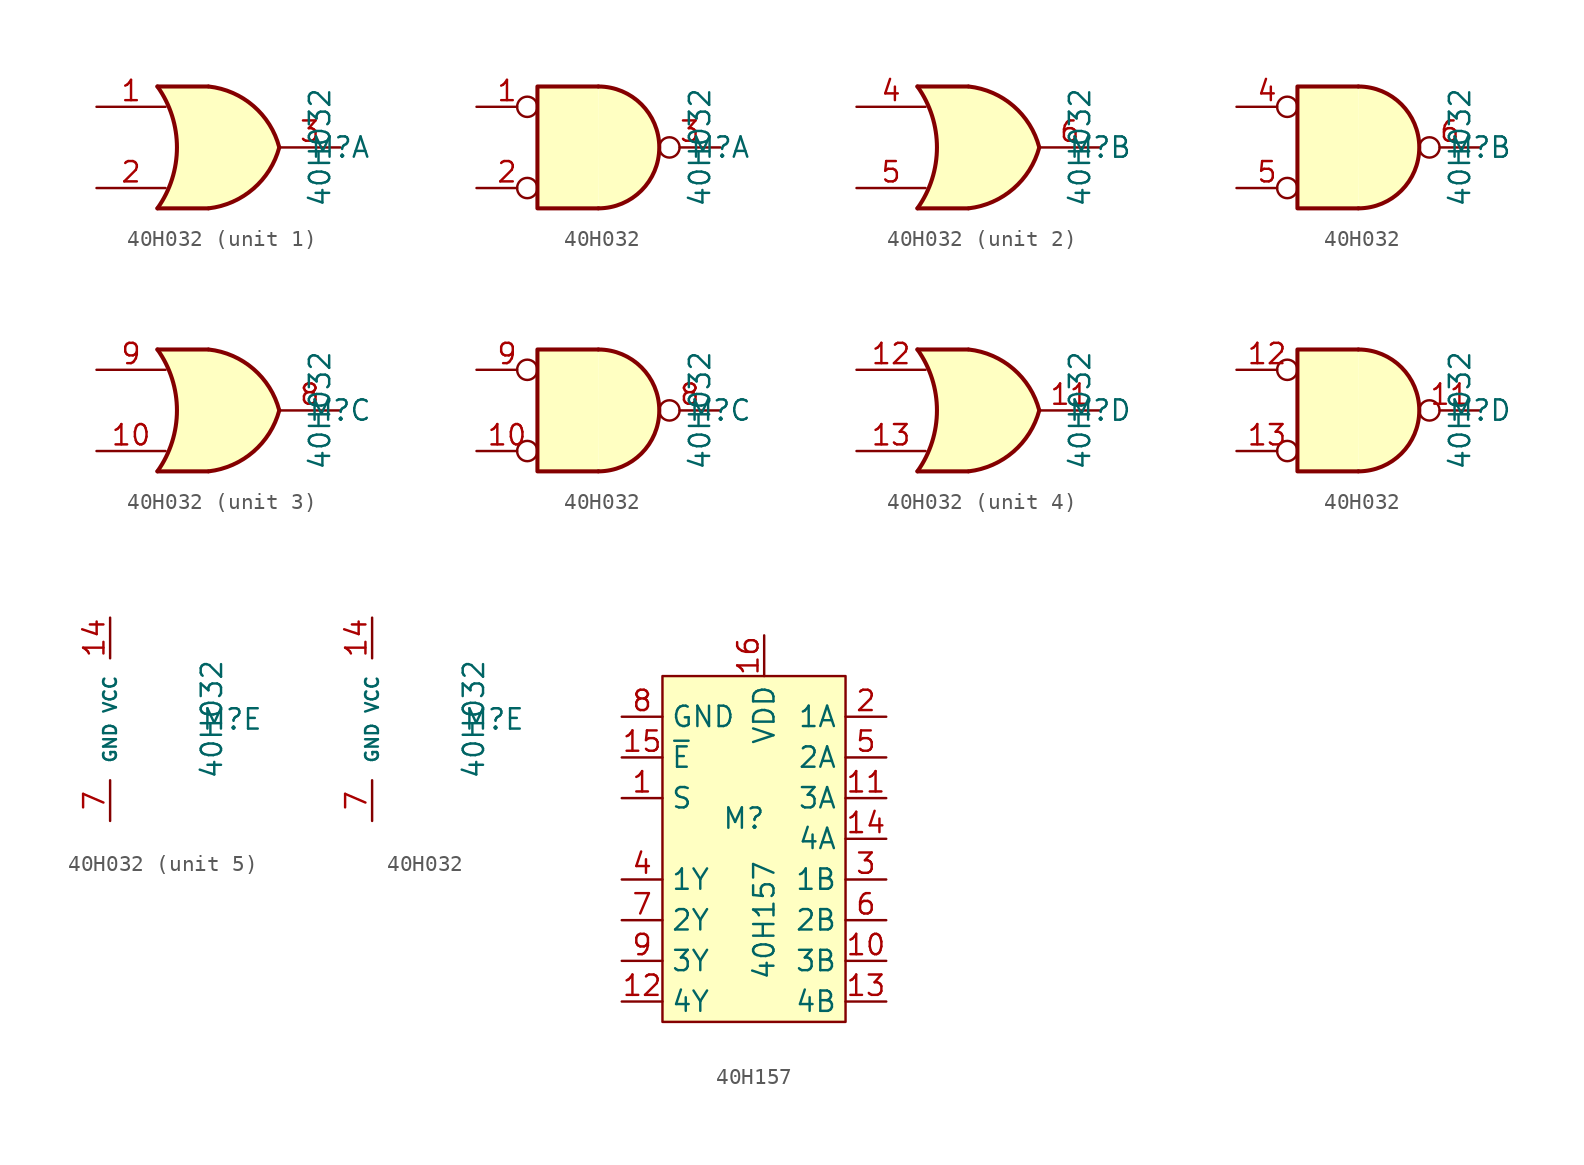
<source format=kicad_sym>
(kicad_symbol_lib
  (version 20211014)
  (generator kicad_symbol_editor)
  (symbol "40H032"
    (pin_names
      (offset 1.016))
    (property "Reference" "M"
      (at 7.62 0 0)
      (effects (font (size 1.27 1.27))))
    (property "Value" "40H032"
      (at 6.35 0 90)
      (effects (font (size 1.27 1.27))))
    (property "ki_locked" ""
      (at 0 0 0)
      (effects (font (size 1.27 1.27))))
    (symbol "40H032_1_1"
      (arc (start -3.81 -3.81) (mid -2.589 0) (end -3.81 3.81) (stroke (width 0.254) (type default) (color 0 0 0 0)) (fill (type none)))
      (arc (start -0.6096 -3.81) (mid 2.1842 -2.5851) (end 3.81 0) (stroke (width 0.254) (type default) (color 0 0 0 0)) (fill (type background)))
      (polyline (pts (xy -3.81 -3.81) (xy -0.635 -3.81)) (stroke (width 0.254) (type default) (color 0 0 0 0)) (fill (type background)))
      (polyline (pts (xy -3.81 3.81) (xy -0.635 3.81)) (stroke (width 0.254) (type default) (color 0 0 0 0)) (fill (type background)))
      (polyline (pts (xy -0.635 3.81) (xy -3.81 3.81) (xy -3.81 3.81) (xy -3.556 3.404) (xy -3.023 2.261) (xy -2.692 1.041) (xy -2.616 -0.254) (xy -2.769 -1.499) (xy -3.175 -2.718) (xy -3.81 -3.81) (xy -3.81 -3.81) (xy -0.635 -3.81)) (stroke (width -25.4) (type default) (color 0 0 0 0)) (fill (type background)))
      (arc (start 3.81 0) (mid 2.1915 2.5936) (end -0.6096 3.81) (stroke (width 0.254) (type default) (color 0 0 0 0)) (fill (type background)))
      (pin input line (at -7.62 2.54 0) (length 4.318) (name "~" (effects (font (size 1.27 1.27)))) (number "1" (effects (font (size 1.27 1.27)))))
      (pin input line (at -7.62 -2.54 0) (length 4.318) (name "~" (effects (font (size 1.27 1.27)))) (number "2" (effects (font (size 1.27 1.27)))))
      (pin output line (at 7.62 0 180) (length 3.81) (name "~" (effects (font (size 1.27 1.27)))) (number "3" (effects (font (size 1.27 1.27))))))
    (symbol "40H032_1_2"
      (arc (start 0 -3.81) (mid 3.81 0) (end 0 3.81) (stroke (width 0.254) (type default) (color 0 0 0 0)) (fill (type background)))
      (polyline (pts (xy 0 3.81) (xy -3.81 3.81) (xy -3.81 -3.81) (xy 0 -3.81)) (stroke (width 0.254) (type default) (color 0 0 0 0)) (fill (type background)))
      (pin input inverted (at -7.62 2.54 0) (length 3.81) (name "~" (effects (font (size 1.27 1.27)))) (number "1" (effects (font (size 1.27 1.27)))))
      (pin input inverted (at -7.62 -2.54 0) (length 3.81) (name "~" (effects (font (size 1.27 1.27)))) (number "2" (effects (font (size 1.27 1.27)))))
      (pin output inverted (at 7.62 0 180) (length 3.81) (name "~" (effects (font (size 1.27 1.27)))) (number "3" (effects (font (size 1.27 1.27))))))
    (symbol "40H032_2_1"
      (arc (start -3.81 -3.81) (mid -2.589 0) (end -3.81 3.81) (stroke (width 0.254) (type default) (color 0 0 0 0)) (fill (type none)))
      (arc (start -0.6096 -3.81) (mid 2.1842 -2.5851) (end 3.81 0) (stroke (width 0.254) (type default) (color 0 0 0 0)) (fill (type background)))
      (polyline (pts (xy -3.81 -3.81) (xy -0.635 -3.81)) (stroke (width 0.254) (type default) (color 0 0 0 0)) (fill (type background)))
      (polyline (pts (xy -3.81 3.81) (xy -0.635 3.81)) (stroke (width 0.254) (type default) (color 0 0 0 0)) (fill (type background)))
      (polyline (pts (xy -0.635 3.81) (xy -3.81 3.81) (xy -3.81 3.81) (xy -3.556 3.404) (xy -3.023 2.261) (xy -2.692 1.041) (xy -2.616 -0.254) (xy -2.769 -1.499) (xy -3.175 -2.718) (xy -3.81 -3.81) (xy -3.81 -3.81) (xy -0.635 -3.81)) (stroke (width -25.4) (type default) (color 0 0 0 0)) (fill (type background)))
      (arc (start 3.81 0) (mid 2.1915 2.5936) (end -0.6096 3.81) (stroke (width 0.254) (type default) (color 0 0 0 0)) (fill (type background)))
      (pin input line (at -7.62 2.54 0) (length 4.318) (name "~" (effects (font (size 1.27 1.27)))) (number "4" (effects (font (size 1.27 1.27)))))
      (pin input line (at -7.62 -2.54 0) (length 4.318) (name "~" (effects (font (size 1.27 1.27)))) (number "5" (effects (font (size 1.27 1.27)))))
      (pin output line (at 7.62 0 180) (length 3.81) (name "~" (effects (font (size 1.27 1.27)))) (number "6" (effects (font (size 1.27 1.27))))))
    (symbol "40H032_2_2"
      (arc (start 0 -3.81) (mid 3.81 0) (end 0 3.81) (stroke (width 0.254) (type default) (color 0 0 0 0)) (fill (type background)))
      (polyline (pts (xy 0 3.81) (xy -3.81 3.81) (xy -3.81 -3.81) (xy 0 -3.81)) (stroke (width 0.254) (type default) (color 0 0 0 0)) (fill (type background)))
      (pin input inverted (at -7.62 2.54 0) (length 3.81) (name "~" (effects (font (size 1.27 1.27)))) (number "4" (effects (font (size 1.27 1.27)))))
      (pin input inverted (at -7.62 -2.54 0) (length 3.81) (name "~" (effects (font (size 1.27 1.27)))) (number "5" (effects (font (size 1.27 1.27)))))
      (pin output inverted (at 7.62 0 180) (length 3.81) (name "~" (effects (font (size 1.27 1.27)))) (number "6" (effects (font (size 1.27 1.27))))))
    (symbol "40H032_3_1"
      (arc (start -3.81 -3.81) (mid -2.589 0) (end -3.81 3.81) (stroke (width 0.254) (type default) (color 0 0 0 0)) (fill (type none)))
      (arc (start -0.6096 -3.81) (mid 2.1842 -2.5851) (end 3.81 0) (stroke (width 0.254) (type default) (color 0 0 0 0)) (fill (type background)))
      (polyline (pts (xy -3.81 -3.81) (xy -0.635 -3.81)) (stroke (width 0.254) (type default) (color 0 0 0 0)) (fill (type background)))
      (polyline (pts (xy -3.81 3.81) (xy -0.635 3.81)) (stroke (width 0.254) (type default) (color 0 0 0 0)) (fill (type background)))
      (polyline (pts (xy -0.635 3.81) (xy -3.81 3.81) (xy -3.81 3.81) (xy -3.556 3.404) (xy -3.023 2.261) (xy -2.692 1.041) (xy -2.616 -0.254) (xy -2.769 -1.499) (xy -3.175 -2.718) (xy -3.81 -3.81) (xy -3.81 -3.81) (xy -0.635 -3.81)) (stroke (width -25.4) (type default) (color 0 0 0 0)) (fill (type background)))
      (arc (start 3.81 0) (mid 2.1915 2.5936) (end -0.6096 3.81) (stroke (width 0.254) (type default) (color 0 0 0 0)) (fill (type background)))
      (pin input line (at -7.62 -2.54 0) (length 4.318) (name "~" (effects (font (size 1.27 1.27)))) (number "10" (effects (font (size 1.27 1.27)))))
      (pin output line (at 7.62 0 180) (length 3.81) (name "~" (effects (font (size 1.27 1.27)))) (number "8" (effects (font (size 1.27 1.27)))))
      (pin input line (at -7.62 2.54 0) (length 4.318) (name "~" (effects (font (size 1.27 1.27)))) (number "9" (effects (font (size 1.27 1.27))))))
    (symbol "40H032_3_2"
      (arc (start 0 -3.81) (mid 3.81 0) (end 0 3.81) (stroke (width 0.254) (type default) (color 0 0 0 0)) (fill (type background)))
      (polyline (pts (xy 0 3.81) (xy -3.81 3.81) (xy -3.81 -3.81) (xy 0 -3.81)) (stroke (width 0.254) (type default) (color 0 0 0 0)) (fill (type background)))
      (pin input inverted (at -7.62 -2.54 0) (length 3.81) (name "~" (effects (font (size 1.27 1.27)))) (number "10" (effects (font (size 1.27 1.27)))))
      (pin output inverted (at 7.62 0 180) (length 3.81) (name "~" (effects (font (size 1.27 1.27)))) (number "8" (effects (font (size 1.27 1.27)))))
      (pin input inverted (at -7.62 2.54 0) (length 3.81) (name "~" (effects (font (size 1.27 1.27)))) (number "9" (effects (font (size 1.27 1.27))))))
    (symbol "40H032_4_1"
      (arc (start -3.81 -3.81) (mid -2.589 0) (end -3.81 3.81) (stroke (width 0.254) (type default) (color 0 0 0 0)) (fill (type none)))
      (arc (start -0.6096 -3.81) (mid 2.1842 -2.5851) (end 3.81 0) (stroke (width 0.254) (type default) (color 0 0 0 0)) (fill (type background)))
      (polyline (pts (xy -3.81 -3.81) (xy -0.635 -3.81)) (stroke (width 0.254) (type default) (color 0 0 0 0)) (fill (type background)))
      (polyline (pts (xy -3.81 3.81) (xy -0.635 3.81)) (stroke (width 0.254) (type default) (color 0 0 0 0)) (fill (type background)))
      (polyline (pts (xy -0.635 3.81) (xy -3.81 3.81) (xy -3.81 3.81) (xy -3.556 3.404) (xy -3.023 2.261) (xy -2.692 1.041) (xy -2.616 -0.254) (xy -2.769 -1.499) (xy -3.175 -2.718) (xy -3.81 -3.81) (xy -3.81 -3.81) (xy -0.635 -3.81)) (stroke (width -25.4) (type default) (color 0 0 0 0)) (fill (type background)))
      (arc (start 3.81 0) (mid 2.1915 2.5936) (end -0.6096 3.81) (stroke (width 0.254) (type default) (color 0 0 0 0)) (fill (type background)))
      (pin output line (at 7.62 0 180) (length 3.81) (name "~" (effects (font (size 1.27 1.27)))) (number "11" (effects (font (size 1.27 1.27)))))
      (pin input line (at -7.62 2.54 0) (length 4.318) (name "~" (effects (font (size 1.27 1.27)))) (number "12" (effects (font (size 1.27 1.27)))))
      (pin input line (at -7.62 -2.54 0) (length 4.318) (name "~" (effects (font (size 1.27 1.27)))) (number "13" (effects (font (size 1.27 1.27))))))
    (symbol "40H032_4_2"
      (arc (start 0 -3.81) (mid 3.81 0) (end 0 3.81) (stroke (width 0.254) (type default) (color 0 0 0 0)) (fill (type background)))
      (polyline (pts (xy 0 3.81) (xy -3.81 3.81) (xy -3.81 -3.81) (xy 0 -3.81)) (stroke (width 0.254) (type default) (color 0 0 0 0)) (fill (type background)))
      (pin output inverted (at 7.62 0 180) (length 3.81) (name "~" (effects (font (size 1.27 1.27)))) (number "11" (effects (font (size 1.27 1.27)))))
      (pin input inverted (at -7.62 2.54 0) (length 3.81) (name "~" (effects (font (size 1.27 1.27)))) (number "12" (effects (font (size 1.27 1.27)))))
      (pin input inverted (at -7.62 -2.54 0) (length 3.81) (name "~" (effects (font (size 1.27 1.27)))) (number "13" (effects (font (size 1.27 1.27))))))
    (symbol "40H032_5_0"
      (pin power_in line (at 0 6.35 270) (length 2.54) (name "VCC" (effects (font (size 0.8 0.8)))) (number "14" (effects (font (size 1.27 1.27)))))
      (pin power_in line (at 0 -6.35 90) (length 2.54) (name "GND" (effects (font (size 0.8 0.8)))) (number "7" (effects (font (size 1.27 1.27)))))))
  (symbol "40H157"
    (property "Reference" "M"
      (at -1.27 2.54 0)
      (effects (font (size 1.27 1.27))))
    (property "Value" "40H157"
      (at 0 -3.81 90)
      (effects (font (size 1.27 1.27))))
    (symbol "40H157_0_1"
      (rectangle (start -6.35 11.43) (end 5.08 -10.16) (stroke (width 0) (type default) (color 0 0 0 0)) (fill (type background))))
    (symbol "40H157_1_1"
      (pin input line (at -8.89 3.81 0) (length 2.54) (name "S" (effects (font (size 1.27 1.27)))) (number "1" (effects (font (size 1.27 1.27)))))
      (pin input line (at 7.62 -6.35 180) (length 2.54) (name "3B" (effects (font (size 1.27 1.27)))) (number "10" (effects (font (size 1.27 1.27)))))
      (pin input line (at 7.62 3.81 180) (length 2.54) (name "3A" (effects (font (size 1.27 1.27)))) (number "11" (effects (font (size 1.27 1.27)))))
      (pin output line (at -8.89 -8.89 0) (length 2.54) (name "4Y" (effects (font (size 1.27 1.27)))) (number "12" (effects (font (size 1.27 1.27)))))
      (pin input line (at 7.62 -8.89 180) (length 2.54) (name "4B" (effects (font (size 1.27 1.27)))) (number "13" (effects (font (size 1.27 1.27)))))
      (pin input line (at 7.62 1.27 180) (length 2.54) (name "4A" (effects (font (size 1.27 1.27)))) (number "14" (effects (font (size 1.27 1.27)))))
      (pin input line (at -8.89 6.35 0) (length 2.54) (name "~{E}" (effects (font (size 1.27 1.27)))) (number "15" (effects (font (size 1.27 1.27)))))
      (pin power_in line (at 0 13.97 270) (length 2.54) (name "VDD" (effects (font (size 1.27 1.27)))) (number "16" (effects (font (size 1.27 1.27)))))
      (pin input line (at 7.62 8.89 180) (length 2.54) (name "1A" (effects (font (size 1.27 1.27)))) (number "2" (effects (font (size 1.27 1.27)))))
      (pin input line (at 7.62 -1.27 180) (length 2.54) (name "1B" (effects (font (size 1.27 1.27)))) (number "3" (effects (font (size 1.27 1.27)))))
      (pin output line (at -8.89 -1.27 0) (length 2.54) (name "1Y" (effects (font (size 1.27 1.27)))) (number "4" (effects (font (size 1.27 1.27)))))
      (pin input line (at 7.62 6.35 180) (length 2.54) (name "2A" (effects (font (size 1.27 1.27)))) (number "5" (effects (font (size 1.27 1.27)))))
      (pin input line (at 7.62 -3.81 180) (length 2.54) (name "2B" (effects (font (size 1.27 1.27)))) (number "6" (effects (font (size 1.27 1.27)))))
      (pin output line (at -8.89 -3.81 0) (length 2.54) (name "2Y" (effects (font (size 1.27 1.27)))) (number "7" (effects (font (size 1.27 1.27)))))
      (pin power_in line (at -8.89 8.89 0) (length 2.54) (name "GND" (effects (font (size 1.27 1.27)))) (number "8" (effects (font (size 1.27 1.27)))))
      (pin output line (at -8.89 -6.35 0) (length 2.54) (name "3Y" (effects (font (size 1.27 1.27)))) (number "9" (effects (font (size 1.27 1.27))))))))
</source>
